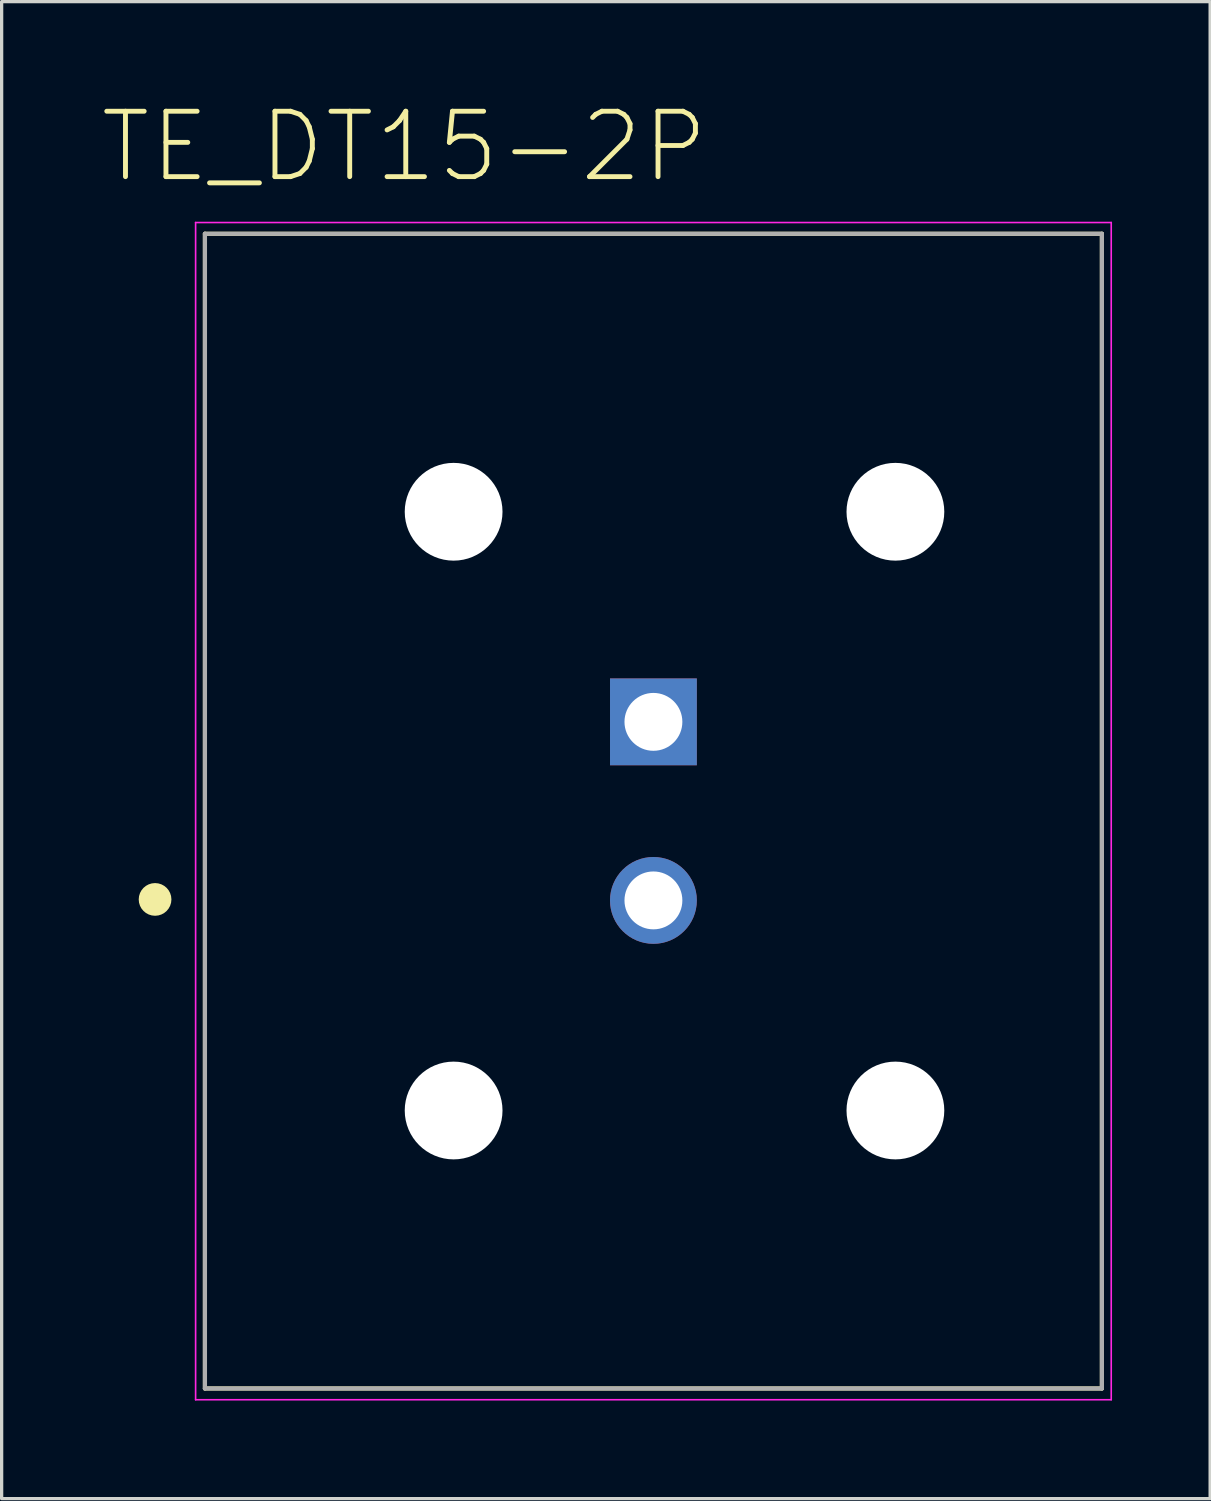
<source format=kicad_pcb>
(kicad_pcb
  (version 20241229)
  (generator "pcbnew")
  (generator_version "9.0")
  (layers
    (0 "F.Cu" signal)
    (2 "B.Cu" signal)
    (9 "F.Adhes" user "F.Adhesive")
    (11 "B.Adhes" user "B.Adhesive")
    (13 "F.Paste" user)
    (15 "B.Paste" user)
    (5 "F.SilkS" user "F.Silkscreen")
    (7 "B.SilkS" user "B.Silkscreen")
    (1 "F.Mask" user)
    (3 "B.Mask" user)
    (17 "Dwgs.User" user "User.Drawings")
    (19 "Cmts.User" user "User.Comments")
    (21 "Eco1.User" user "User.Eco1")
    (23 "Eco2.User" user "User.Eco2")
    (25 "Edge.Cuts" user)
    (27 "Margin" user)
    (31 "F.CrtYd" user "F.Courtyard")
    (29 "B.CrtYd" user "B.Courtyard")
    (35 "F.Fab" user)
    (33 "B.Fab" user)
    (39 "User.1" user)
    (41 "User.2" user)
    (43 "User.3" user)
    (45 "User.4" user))
  (footprint "TE_DT15-2P"
    (layer "F.Cu")
    (at 16.932 21.755)
    (property "Reference" "TE_DT15-2P" (at -7.621 -20.321 0) (layer "F.SilkS") (effects (font (size 2 2) (thickness 0.15))))
    (attr through_hole)
    (fp_line (start -13.715 -17.655) (end -13.715 17.655) (stroke (width 0.127) (type solid)) (layer "F.SilkS"))
    (fp_line (start -13.715 17.655) (end 13.715 17.655) (stroke (width 0.127) (type solid)) (layer "F.SilkS"))
    (fp_line (start 13.715 -17.655) (end -13.715 -17.655) (stroke (width 0.127) (type solid)) (layer "F.SilkS"))
    (fp_line (start 13.715 17.655) (end 13.715 -17.655) (stroke (width 0.127) (type solid)) (layer "F.SilkS"))
    (fp_circle (center -15.24 2.7) (end -14.99 2.7) (stroke (width 0.5) (type solid)) (fill no) (layer "F.SilkS"))
    (fp_line (start -14 -18) (end 14 -18) (stroke (width 0.05) (type solid)) (layer "F.CrtYd"))
    (fp_line (start -14 18) (end -14 -18) (stroke (width 0.05) (type solid)) (layer "F.CrtYd"))
    (fp_line (start 14 -18) (end 14 18) (stroke (width 0.05) (type solid)) (layer "F.CrtYd"))
    (fp_line (start 14 18) (end -14 18) (stroke (width 0.05) (type solid)) (layer "F.CrtYd"))
    (fp_line (start -13.715 -17.655) (end -13.715 17.655) (stroke (width 0.127) (type solid)) (layer "F.Fab"))
    (fp_line (start -13.715 17.655) (end 13.715 17.655) (stroke (width 0.127) (type solid)) (layer "F.Fab"))
    (fp_line (start 13.715 -17.655) (end -13.715 -17.655) (stroke (width 0.127) (type solid)) (layer "F.Fab"))
    (fp_line (start 13.715 17.655) (end 13.715 -17.655) (stroke (width 0.127) (type solid)) (layer "F.Fab"))
    (pad "" np_thru_hole circle (at -6.11 -9.155) (size 2.99 2.99) (drill 2.99) (layers "*.Cu" "*.Mask"))
    (pad "" np_thru_hole circle (at -6.11 9.155) (size 2.99 2.99) (drill 2.99) (layers "*.Cu" "*.Mask"))
    (pad "" np_thru_hole circle (at 7.4 -9.155) (size 2.99 2.99) (drill 2.99) (layers "*.Cu" "*.Mask"))
    (pad "" np_thru_hole circle (at 7.4 9.155) (size 2.99 2.99) (drill 2.99) (layers "*.Cu" "*.Mask"))
    (pad "1" thru_hole rect (at 0 -2.73) (size 2.655 2.655) (drill 1.77) (layers "*.Cu" "*.Mask"))
    (pad "2" thru_hole circle (at 0 2.73) (size 2.655 2.655) (drill 1.77) (layers "*.Cu" "*.Mask")))
  (gr_rect
    (start -3 -3)
    (end 33.957 42.78)
    (stroke (width 0.1) (type default))
    (fill no)
    (layer "Edge.Cuts")))
</source>
